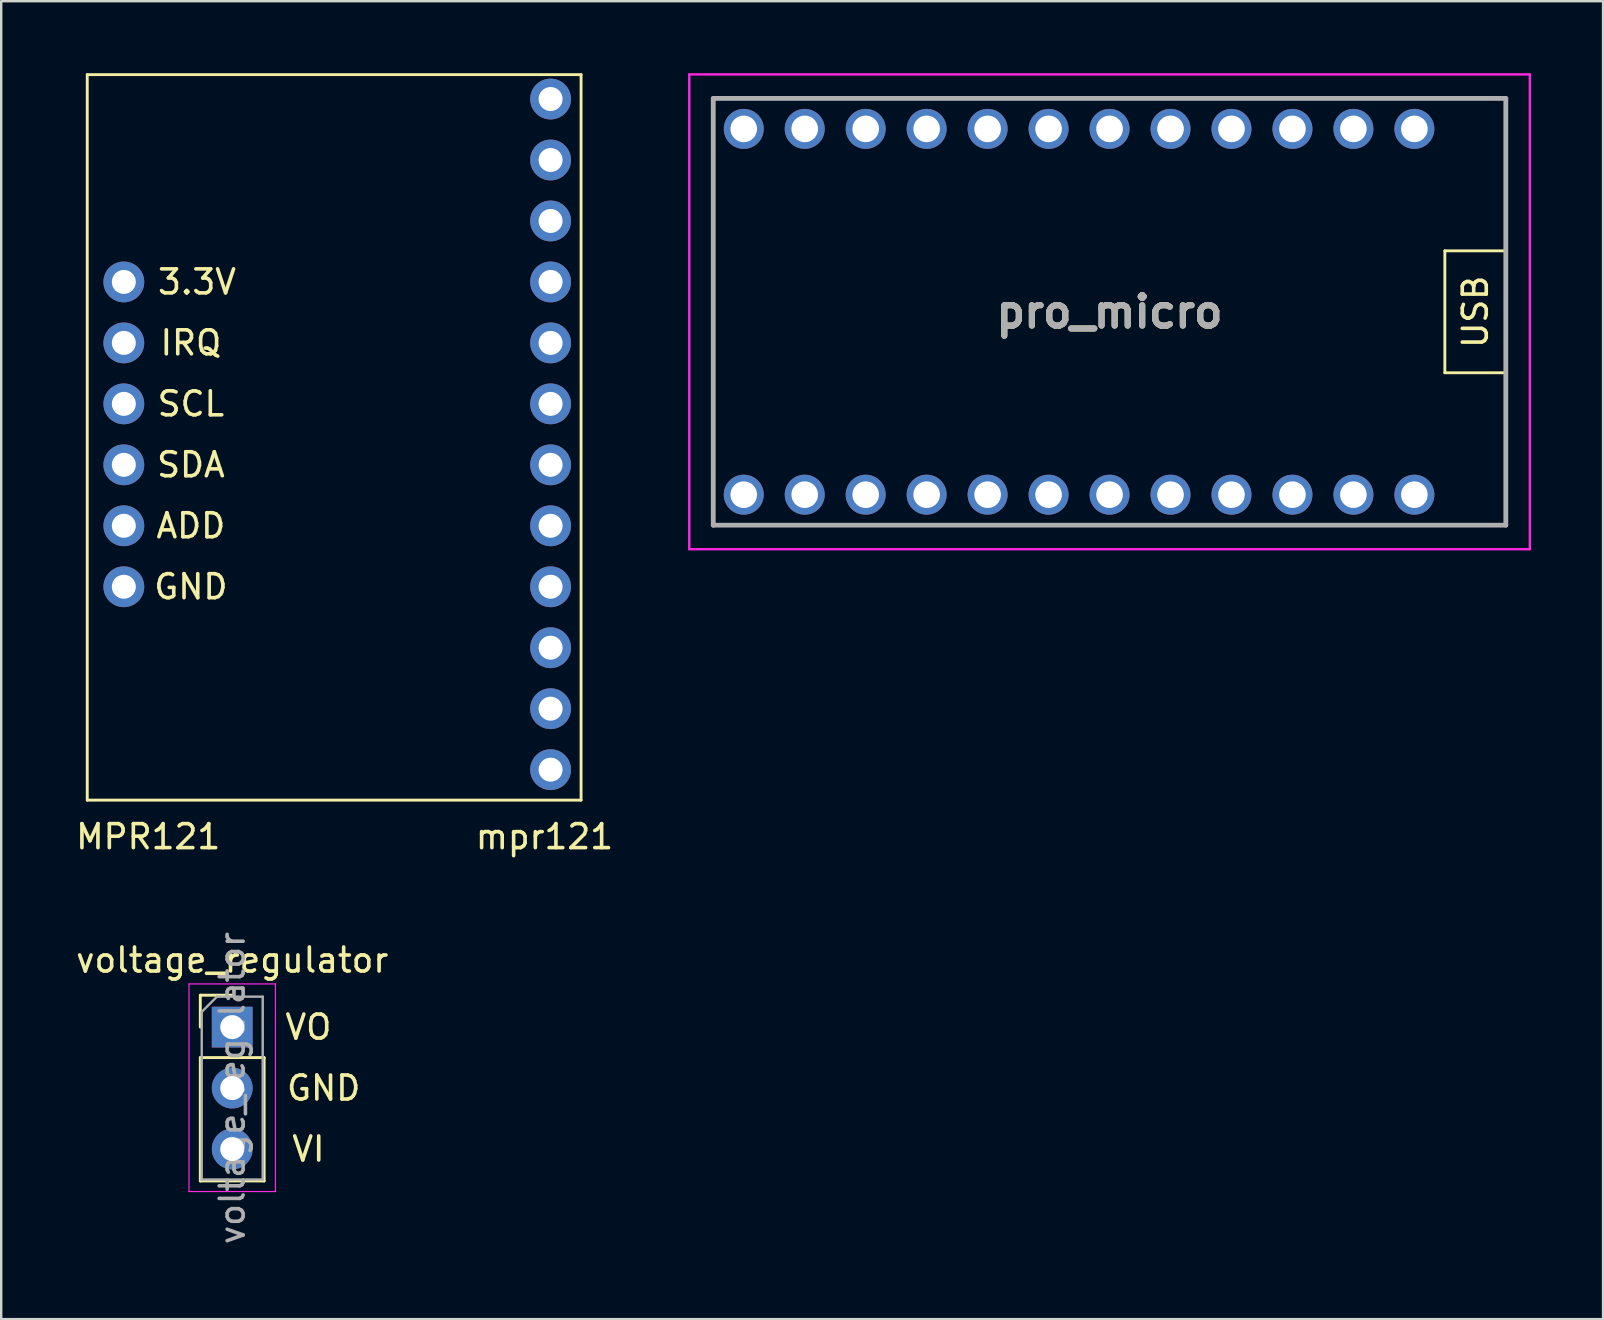
<source format=kicad_pcb>
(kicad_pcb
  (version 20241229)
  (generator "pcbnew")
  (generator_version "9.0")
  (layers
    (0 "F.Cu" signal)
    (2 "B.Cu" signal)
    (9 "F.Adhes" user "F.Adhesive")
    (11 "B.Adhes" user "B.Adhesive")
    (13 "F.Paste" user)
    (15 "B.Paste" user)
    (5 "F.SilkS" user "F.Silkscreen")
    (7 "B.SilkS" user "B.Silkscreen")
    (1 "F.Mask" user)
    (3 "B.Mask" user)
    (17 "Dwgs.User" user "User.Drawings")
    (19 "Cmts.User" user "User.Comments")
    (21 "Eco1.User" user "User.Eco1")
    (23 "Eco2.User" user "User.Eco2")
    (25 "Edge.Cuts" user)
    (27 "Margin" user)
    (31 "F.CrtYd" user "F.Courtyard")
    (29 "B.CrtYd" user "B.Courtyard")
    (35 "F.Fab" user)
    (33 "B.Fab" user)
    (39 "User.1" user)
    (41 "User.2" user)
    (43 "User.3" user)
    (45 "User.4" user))
  (footprint "pro_micro"
    (layer "F.Cu")
    (at 55.877 17.56)
    (property "Reference" "pro_micro" (at -12.7 -7.62 0) (layer "F.SilkS") (effects (font (size 1.27 1.27) (thickness 0.254))))
    (attr through_hole)
    (fp_line (start -29.21 -16.51) (end 3.81 -16.51) (stroke (width 0.1) (type solid)) (layer "F.SilkS"))
    (fp_line (start -29.21 1.27) (end -29.21 -16.51) (stroke (width 0.1) (type solid)) (layer "F.SilkS"))
    (fp_line (start 1.27 -10.16) (end 1.27 -5.08) (stroke (width 0.12) (type solid)) (layer "F.SilkS"))
    (fp_line (start 1.27 -5.08) (end 3.81 -5.08) (stroke (width 0.12) (type solid)) (layer "F.SilkS"))
    (fp_line (start 3.81 -16.51) (end 3.81 1.27) (stroke (width 0.1) (type solid)) (layer "F.SilkS"))
    (fp_line (start 3.81 -10.16) (end 1.27 -10.16) (stroke (width 0.12) (type solid)) (layer "F.SilkS"))
    (fp_line (start 3.81 1.27) (end -29.21 1.27) (stroke (width 0.1) (type solid)) (layer "F.SilkS"))
    (fp_line (start -30.21 -17.51) (end 4.81 -17.51) (stroke (width 0.1) (type solid)) (layer "F.CrtYd"))
    (fp_line (start -30.21 2.27) (end -30.21 -17.51) (stroke (width 0.1) (type solid)) (layer "F.CrtYd"))
    (fp_line (start 4.81 -17.51) (end 4.81 2.27) (stroke (width 0.1) (type solid)) (layer "F.CrtYd"))
    (fp_line (start 4.81 2.27) (end -30.21 2.27) (stroke (width 0.1) (type solid)) (layer "F.CrtYd"))
    (fp_line (start -29.21 -16.51) (end 3.81 -16.51) (stroke (width 0.2) (type solid)) (layer "F.Fab"))
    (fp_line (start -29.21 1.27) (end -29.21 -16.51) (stroke (width 0.2) (type solid)) (layer "F.Fab"))
    (fp_line (start 3.81 -16.51) (end 3.81 1.27) (stroke (width 0.2) (type solid)) (layer "F.Fab"))
    (fp_line (start 3.81 1.27) (end -29.21 1.27) (stroke (width 0.2) (type solid)) (layer "F.Fab"))
    (fp_text user "USB" (at 2.54 -7.62 90) (layer "F.SilkS") (effects (font (size 1 1) (thickness 0.15))))
    (fp_text user "${REFERENCE}" (at -12.7 -7.62 0) (layer "F.Fab") (effects (font (size 1.27 1.27) (thickness 0.254))))
    (pad "1" thru_hole circle (at -27.94 -15.24) (size 1.665 1.665) (drill 1.11) (layers "*.Cu" "*.Mask"))
    (pad "2" thru_hole circle (at -25.4 -15.24) (size 1.665 1.665) (drill 1.11) (layers "*.Cu" "*.Mask"))
    (pad "3" thru_hole circle (at -22.86 -15.24) (size 1.665 1.665) (drill 1.11) (layers "*.Cu" "*.Mask"))
    (pad "4" thru_hole circle (at -20.32 -15.24) (size 1.665 1.665) (drill 1.11) (layers "*.Cu" "*.Mask"))
    (pad "5" thru_hole circle (at -17.78 -15.24) (size 1.665 1.665) (drill 1.11) (layers "*.Cu" "*.Mask"))
    (pad "6" thru_hole circle (at -15.24 -15.24) (size 1.665 1.665) (drill 1.11) (layers "*.Cu" "*.Mask"))
    (pad "7" thru_hole circle (at -12.7 -15.24) (size 1.665 1.665) (drill 1.11) (layers "*.Cu" "*.Mask"))
    (pad "8" thru_hole circle (at -10.16 -15.24) (size 1.665 1.665) (drill 1.11) (layers "*.Cu" "*.Mask"))
    (pad "9" thru_hole circle (at -7.62 -15.24) (size 1.665 1.665) (drill 1.11) (layers "*.Cu" "*.Mask"))
    (pad "10" thru_hole circle (at -5.08 -15.24) (size 1.665 1.665) (drill 1.11) (layers "*.Cu" "*.Mask"))
    (pad "11" thru_hole circle (at -2.54 -15.24) (size 1.665 1.665) (drill 1.11) (layers "*.Cu" "*.Mask"))
    (pad "12" thru_hole circle (at 0 -15.24) (size 1.665 1.665) (drill 1.11) (layers "*.Cu" "*.Mask"))
    (pad "13" thru_hole circle (at -27.94 0) (size 1.665 1.665) (drill 1.11) (layers "*.Cu" "*.Mask"))
    (pad "14" thru_hole circle (at -25.4 0) (size 1.665 1.665) (drill 1.11) (layers "*.Cu" "*.Mask"))
    (pad "15" thru_hole circle (at -22.86 0) (size 1.665 1.665) (drill 1.11) (layers "*.Cu" "*.Mask"))
    (pad "16" thru_hole circle (at -20.32 0) (size 1.665 1.665) (drill 1.11) (layers "*.Cu" "*.Mask"))
    (pad "17" thru_hole circle (at -17.78 0) (size 1.665 1.665) (drill 1.11) (layers "*.Cu" "*.Mask"))
    (pad "18" thru_hole circle (at -15.24 0) (size 1.665 1.665) (drill 1.11) (layers "*.Cu" "*.Mask"))
    (pad "19" thru_hole circle (at -12.7 0) (size 1.665 1.665) (drill 1.11) (layers "*.Cu" "*.Mask"))
    (pad "20" thru_hole circle (at -10.16 0) (size 1.665 1.665) (drill 1.11) (layers "*.Cu" "*.Mask"))
    (pad "21" thru_hole circle (at -7.62 0) (size 1.665 1.665) (drill 1.11) (layers "*.Cu" "*.Mask"))
    (pad "22" thru_hole circle (at -5.08 0) (size 1.665 1.665) (drill 1.11) (layers "*.Cu" "*.Mask"))
    (pad "23" thru_hole circle (at -2.54 0) (size 1.665 1.665) (drill 1.11) (layers "*.Cu" "*.Mask"))
    (pad "24" thru_hole circle (at 0 0) (size 1.665 1.665) (drill 1.11) (layers "*.Cu" "*.Mask")))
  (footprint "voltage_regulator"
    (layer "F.Cu")
    (at 6.625 39.743)
    (property "Reference" "voltage_regulator" (at 0 -2.794 0) (layer "F.SilkS") (effects (font (size 1 1) (thickness 0.15))))
    (attr through_hole)
    (fp_line (start -1.33 -1.33) (end 0 -1.33) (stroke (width 0.12) (type solid)) (layer "F.SilkS"))
    (fp_line (start -1.33 0) (end -1.33 -1.33) (stroke (width 0.12) (type solid)) (layer "F.SilkS"))
    (fp_line (start -1.33 1.27) (end -1.33 6.41) (stroke (width 0.12) (type solid)) (layer "F.SilkS"))
    (fp_line (start -1.33 1.27) (end 1.33 1.27) (stroke (width 0.12) (type solid)) (layer "F.SilkS"))
    (fp_line (start -1.33 6.41) (end 1.33 6.41) (stroke (width 0.12) (type solid)) (layer "F.SilkS"))
    (fp_line (start 1.33 1.27) (end 1.33 6.41) (stroke (width 0.12) (type solid)) (layer "F.SilkS"))
    (fp_line (start -1.8 -1.8) (end -1.8 6.85) (stroke (width 0.05) (type solid)) (layer "F.CrtYd"))
    (fp_line (start -1.8 6.85) (end 1.8 6.85) (stroke (width 0.05) (type solid)) (layer "F.CrtYd"))
    (fp_line (start 1.8 -1.8) (end -1.8 -1.8) (stroke (width 0.05) (type solid)) (layer "F.CrtYd"))
    (fp_line (start 1.8 6.85) (end 1.8 -1.8) (stroke (width 0.05) (type solid)) (layer "F.CrtYd"))
    (fp_line (start -1.27 -0.635) (end -0.635 -1.27) (stroke (width 0.1) (type solid)) (layer "F.Fab"))
    (fp_line (start -1.27 6.35) (end -1.27 -0.635) (stroke (width 0.1) (type solid)) (layer "F.Fab"))
    (fp_line (start -0.635 -1.27) (end 1.27 -1.27) (stroke (width 0.1) (type solid)) (layer "F.Fab"))
    (fp_line (start 1.27 -1.27) (end 1.27 6.35) (stroke (width 0.1) (type solid)) (layer "F.Fab"))
    (fp_line (start 1.27 6.35) (end -1.27 6.35) (stroke (width 0.1) (type solid)) (layer "F.Fab"))
    (fp_text user "VI" (at 3.175 5.08 0) (layer "F.SilkS") (effects (font (size 1 1) (thickness 0.15))))
    (fp_text user "VO" (at 3.175 0 0) (layer "F.SilkS") (effects (font (size 1 1) (thickness 0.15))))
    (fp_text user "GND" (at 3.81 2.54 0) (layer "F.SilkS") (effects (font (size 1 1) (thickness 0.15))))
    (fp_text user "${REFERENCE}" (at 0 2.54 270) (layer "F.Fab") (effects (font (size 1 1) (thickness 0.15))))
    (pad "1" thru_hole rect (at 0 0) (size 1.7 1.7) (drill 1) (layers "*.Cu" "*.Mask"))
    (pad "2" thru_hole oval (at 0 2.54) (size 1.7 1.7) (drill 1) (layers "*.Cu" "*.Mask"))
    (pad "3" thru_hole oval (at 0 5.08) (size 1.7 1.7) (drill 1) (layers "*.Cu" "*.Mask")))
  (footprint "mpr121"
    (layer "F.Cu")
    (at 1.855 1.33)
    (property "Reference" "mpr121" (at 17.78 30.48 0) (layer "F.SilkS") (effects (font (size 1 1) (thickness 0.15))))
    (attr through_hole)
    (fp_line (start -1.27 -1.27) (end 19.304 -1.27) (stroke (width 0.12) (type solid)) (layer "F.SilkS"))
    (fp_line (start -1.27 28.956) (end -1.27 -1.27) (stroke (width 0.12) (type solid)) (layer "F.SilkS"))
    (fp_line (start 19.304 -1.27) (end 19.304 28.956) (stroke (width 0.12) (type solid)) (layer "F.SilkS"))
    (fp_line (start 19.304 28.956) (end -1.27 28.956) (stroke (width 0.12) (type solid)) (layer "F.SilkS"))
    (fp_line (start -0.066 7.046) (end -0.066 7.686) (stroke (width 0.1) (type solid)) (layer "F.Fab"))
    (fp_line (start -0.066 9.586) (end -0.066 10.226) (stroke (width 0.1) (type solid)) (layer "F.Fab"))
    (fp_line (start -0.066 12.126) (end -0.066 12.766) (stroke (width 0.1) (type solid)) (layer "F.Fab"))
    (fp_line (start -0.066 14.666) (end -0.066 15.306) (stroke (width 0.1) (type solid)) (layer "F.Fab"))
    (fp_line (start -0.066 17.206) (end -0.066 17.846) (stroke (width 0.1) (type solid)) (layer "F.Fab"))
    (fp_line (start -0.066 19.746) (end -0.066 20.386) (stroke (width 0.1) (type solid)) (layer "F.Fab"))
    (fp_text user "ADD" (at 3.048 17.526 0) (layer "F.SilkS") (effects (font (size 1 1) (thickness 0.15))))
    (fp_text user "3.3V" (at 3.302 7.366 0) (layer "F.SilkS") (effects (font (size 1 1) (thickness 0.15))))
    (fp_text user "MPR121" (at 1.27 30.48 180) (layer "F.SilkS") (effects (font (size 1 1) (thickness 0.15))))
    (fp_text user "GND" (at 3.048 20.066 0) (layer "F.SilkS") (effects (font (size 1 1) (thickness 0.15))))
    (fp_text user "SDA" (at 3.048 14.986 0) (layer "F.SilkS") (effects (font (size 1 1) (thickness 0.15))))
    (fp_text user "SCL" (at 3.048 12.446 0) (layer "F.SilkS") (effects (font (size 1 1) (thickness 0.15))))
    (fp_text user "IRQ" (at 3.048 9.906 0) (layer "F.SilkS") (effects (font (size 1 1) (thickness 0.15))))
    (pad "1" thru_hole oval (at 0.254 20.066) (size 1.7 1.7) (drill 1) (layers "*.Cu" "*.Mask"))
    (pad "2" thru_hole oval (at 0.254 17.526) (size 1.7 1.7) (drill 1) (layers "*.Cu" "*.Mask"))
    (pad "3" thru_hole oval (at 0.254 14.986) (size 1.7 1.7) (drill 1) (layers "*.Cu" "*.Mask"))
    (pad "4" thru_hole oval (at 0.254 12.446) (size 1.7 1.7) (drill 1) (layers "*.Cu" "*.Mask"))
    (pad "5" thru_hole oval (at 0.254 9.906) (size 1.7 1.7) (drill 1) (layers "*.Cu" "*.Mask"))
    (pad "6" thru_hole oval (at 0.254 7.366) (size 1.7 1.7) (drill 1) (layers "*.Cu" "*.Mask"))
    (pad "7" thru_hole oval (at 18.034 27.686) (size 1.7 1.7) (drill 1) (layers "*.Cu" "*.Mask"))
    (pad "8" thru_hole oval (at 18.034 25.146) (size 1.7 1.7) (drill 1) (layers "*.Cu" "*.Mask"))
    (pad "9" thru_hole oval (at 18.034 22.606) (size 1.7 1.7) (drill 1) (layers "*.Cu" "*.Mask"))
    (pad "10" thru_hole oval (at 18.034 20.066) (size 1.7 1.7) (drill 1) (layers "*.Cu" "*.Mask"))
    (pad "11" thru_hole oval (at 18.034 17.526) (size 1.7 1.7) (drill 1) (layers "*.Cu" "*.Mask"))
    (pad "12" thru_hole oval (at 18.034 14.986) (size 1.7 1.7) (drill 1) (layers "*.Cu" "*.Mask"))
    (pad "13" thru_hole oval (at 18.034 12.446) (size 1.7 1.7) (drill 1) (layers "*.Cu" "*.Mask"))
    (pad "14" thru_hole oval (at 18.034 9.906) (size 1.7 1.7) (drill 1) (layers "*.Cu" "*.Mask"))
    (pad "15" thru_hole oval (at 18.034 7.366) (size 1.7 1.7) (drill 1) (layers "*.Cu" "*.Mask"))
    (pad "16" thru_hole oval (at 18.034 4.826) (size 1.7 1.7) (drill 1) (layers "*.Cu" "*.Mask"))
    (pad "17" thru_hole oval (at 18.034 2.286) (size 1.7 1.7) (drill 1) (layers "*.Cu" "*.Mask"))
    (pad "18" thru_hole oval (at 18.034 -0.254) (size 1.7 1.7) (drill 1) (layers "*.Cu" "*.Mask")))
  (gr_rect
    (start -3 -3)
    (end 63.737 51.908)
    (stroke (width 0.1) (type default))
    (fill no)
    (layer "Edge.Cuts")))
</source>
